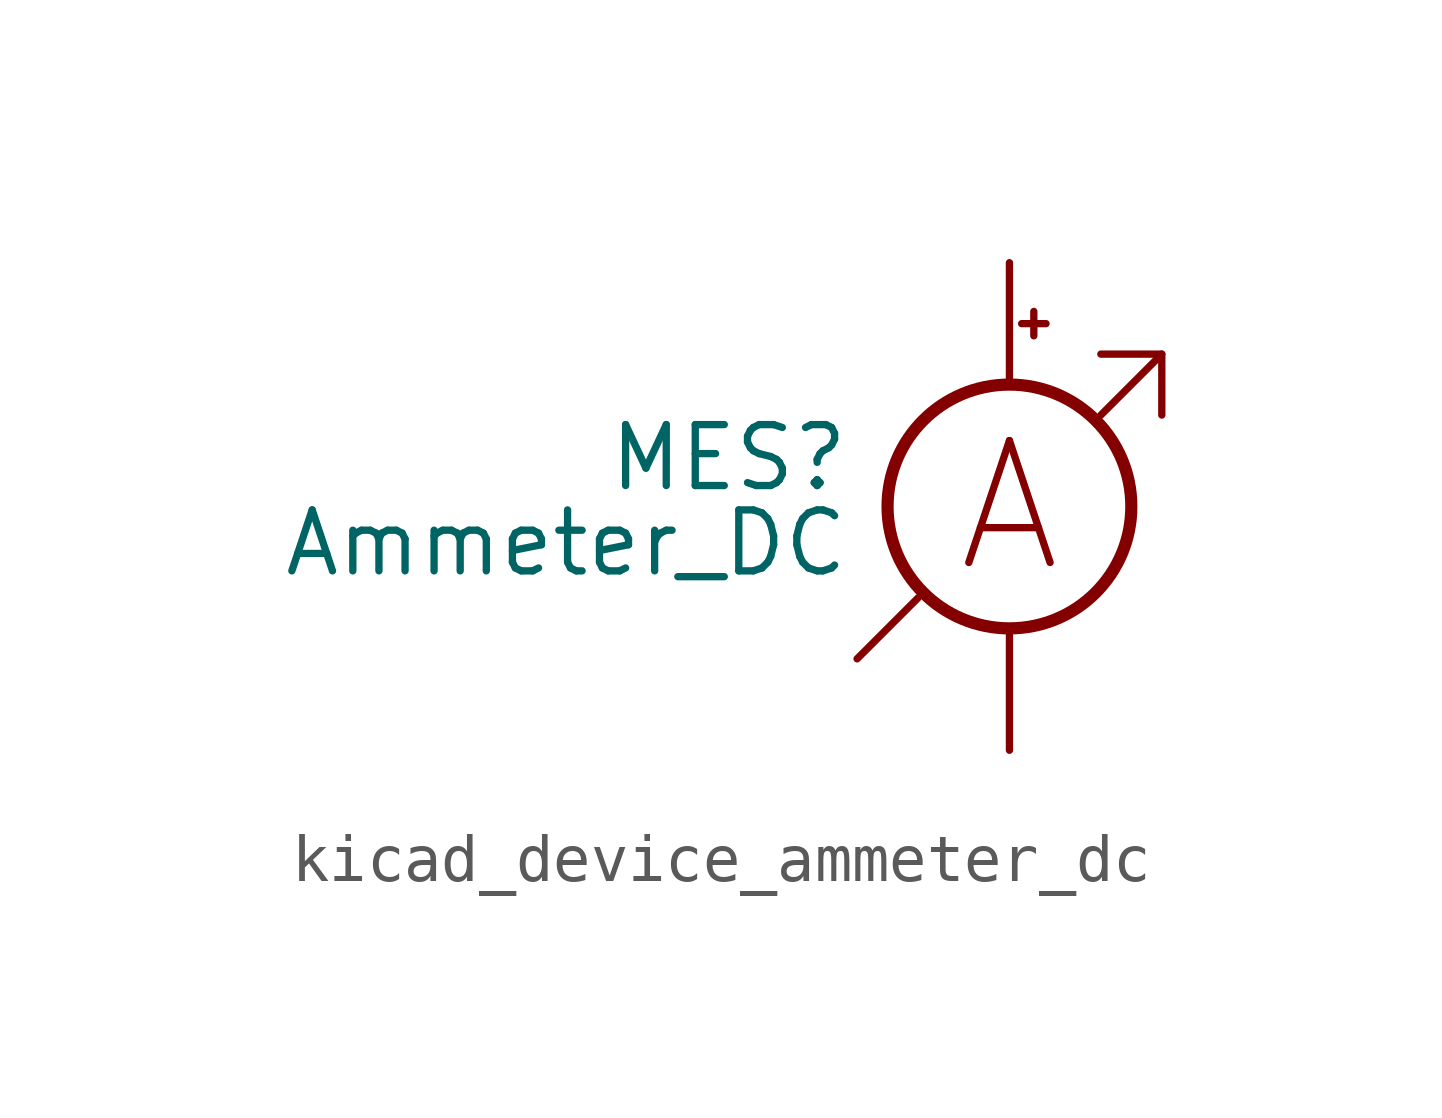
<source format=kicad_sym>
(kicad_symbol_lib
  (version 20220914)
  (generator kicad_symbol_editor)
  (symbol "kicad_device_ammeter_dc"
    (pin_numbers hide)
    (pin_names
      (offset 0.025) hide)
    (property "Reference" "MES"
      (at -3.302 1.016 0)
      (effects (font (size 1.27 1.27)) (justify right)))
    (property "Value" "Ammeter_DC"
      (at -3.302 -0.762 0)
      (effects (font (size 1.27 1.27)) (justify right)))
    (symbol "kicad_device_ammeter_dc_0_0"
      (polyline (pts (xy -3.175 -3.175) (xy -1.905 -1.905)) (stroke (width 0) (type default)) (fill (type none)))
      (polyline (pts (xy 1.905 1.905) (xy 3.175 3.175)) (stroke (width 0) (type default)) (fill (type none)))
      (polyline (pts (xy 1.905 3.175) (xy 3.175 3.175) (xy 3.175 1.905)) (stroke (width 0) (type default)) (fill (type none)))
      (text "A" (at 0 0 0) (effects (font (size 2.54 2.54)))))
    (symbol "kicad_device_ammeter_dc_0_1"
      (polyline (pts (xy 0.254 3.81) (xy 0.762 3.81)) (stroke (width 0) (type default)) (fill (type none)))
      (polyline (pts (xy 0.508 4.064) (xy 0.508 3.556)) (stroke (width 0) (type default)) (fill (type none)))
      (circle (center 0 0) (radius 2.54) (stroke (width 0.254) (type default)) (fill (type none))))
    (symbol "kicad_device_ammeter_dc_1_1"
      (pin passive line (at 0 -5.08 90) (length 2.54) (name "-" (effects (font (size 1.27 1.27)))) (number "1" (effects (font (size 1.27 1.27)))))
      (pin passive line (at 0 5.08 270) (length 2.54) (name "+" (effects (font (size 1.27 1.27)))) (number "2" (effects (font (size 1.27 1.27))))))))
</source>
